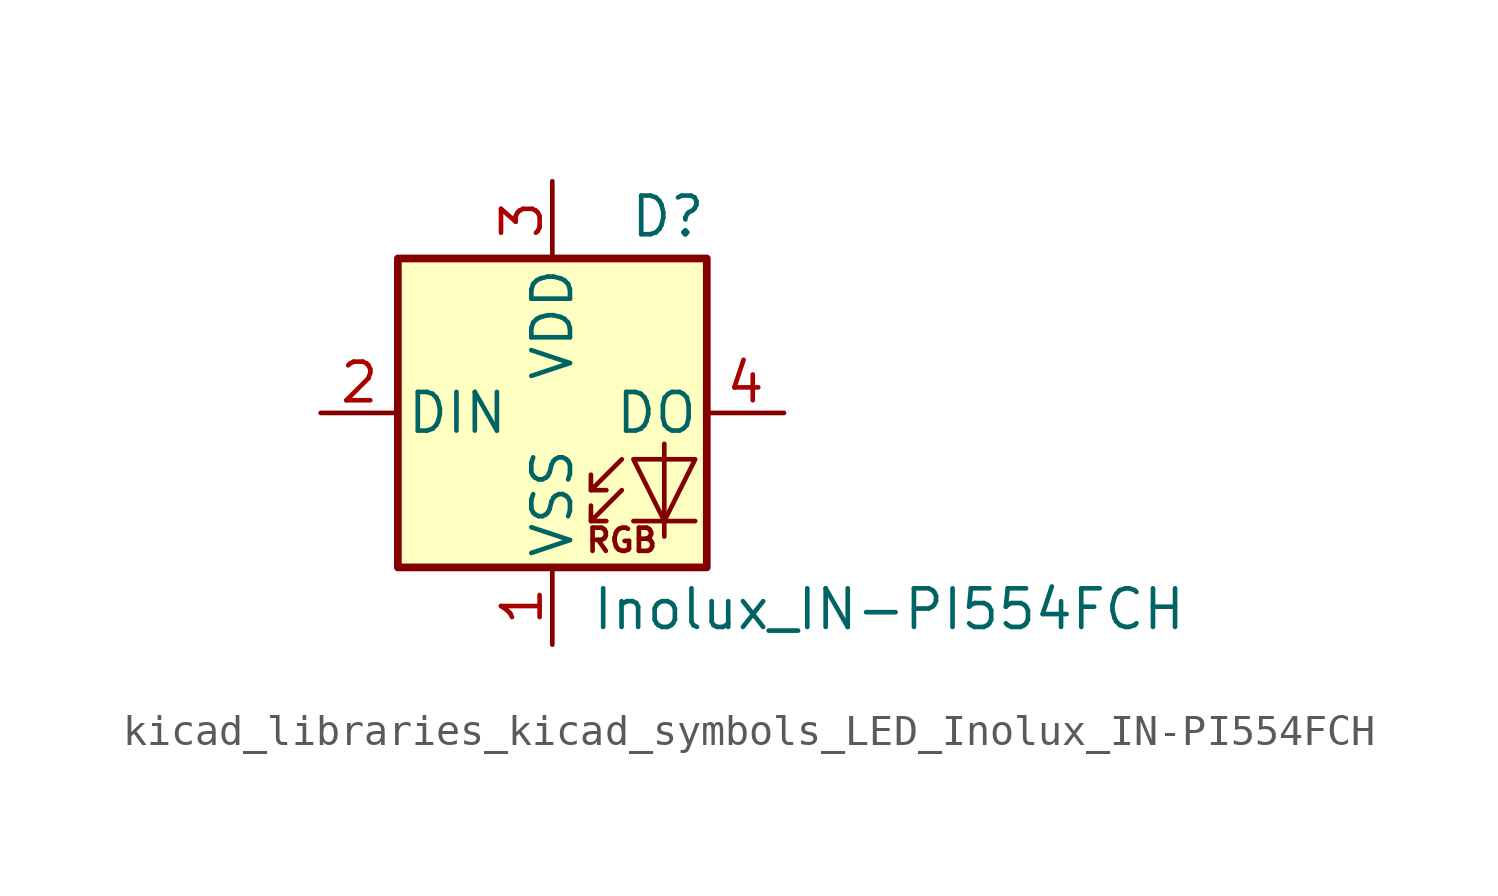
<source format=kicad_sym>
(kicad_symbol_lib
  (version 20220914)
  (generator kicad_symbol_editor)
  (symbol "kicad_libraries_kicad_symbols_LED_Inolux_IN-PI554FCH"
    (pin_names
      (offset 0.254))
    (property "Reference" "D"
      (at 5.08 5.715 0)
      (effects (font (size 1.27 1.27)) (justify right bottom)))
    (property "Value" "Inolux_IN-PI554FCH"
      (at 1.27 -5.715 0)
      (effects (font (size 1.27 1.27)) (justify left top)))
    (symbol "kicad_libraries_kicad_symbols_LED_Inolux_IN-PI554FCH_0_0"
      (text "RGB" (at 2.286 -4.191 0) (effects (font (size 0.762 0.762)))))
    (symbol "kicad_libraries_kicad_symbols_LED_Inolux_IN-PI554FCH_0_1"
      (polyline (pts (xy 1.27 -3.556) (xy 1.778 -3.556)) (stroke (width 0) (type default)) (fill (type none)))
      (polyline (pts (xy 1.27 -2.54) (xy 1.778 -2.54)) (stroke (width 0) (type default)) (fill (type none)))
      (polyline (pts (xy 4.699 -3.556) (xy 2.667 -3.556)) (stroke (width 0) (type default)) (fill (type none)))
      (polyline (pts (xy 2.286 -2.54) (xy 1.27 -3.556) (xy 1.27 -3.048)) (stroke (width 0) (type default)) (fill (type none)))
      (polyline (pts (xy 2.286 -1.524) (xy 1.27 -2.54) (xy 1.27 -2.032)) (stroke (width 0) (type default)) (fill (type none)))
      (polyline (pts (xy 3.683 -1.016) (xy 3.683 -3.556) (xy 3.683 -4.064)) (stroke (width 0) (type default)) (fill (type none)))
      (polyline (pts (xy 4.699 -1.524) (xy 2.667 -1.524) (xy 3.683 -3.556) (xy 4.699 -1.524)) (stroke (width 0) (type default)) (fill (type none)))
      (rectangle (start 5.08 5.08) (end -5.08 -5.08) (stroke (width 0.254) (type default)) (fill (type background))))
    (symbol "kicad_libraries_kicad_symbols_LED_Inolux_IN-PI554FCH_1_1"
      (pin power_in line (at 0 -7.62 90) (length 2.54) (name "VSS" (effects (font (size 1.27 1.27)))) (number "1" (effects (font (size 1.27 1.27)))))
      (pin input line (at -7.62 0 0) (length 2.54) (name "DIN" (effects (font (size 1.27 1.27)))) (number "2" (effects (font (size 1.27 1.27)))))
      (pin power_in line (at 0 7.62 270) (length 2.54) (name "VDD" (effects (font (size 1.27 1.27)))) (number "3" (effects (font (size 1.27 1.27)))))
      (pin output line (at 7.62 0 180) (length 2.54) (name "DO" (effects (font (size 1.27 1.27)))) (number "4" (effects (font (size 1.27 1.27))))))))
</source>
